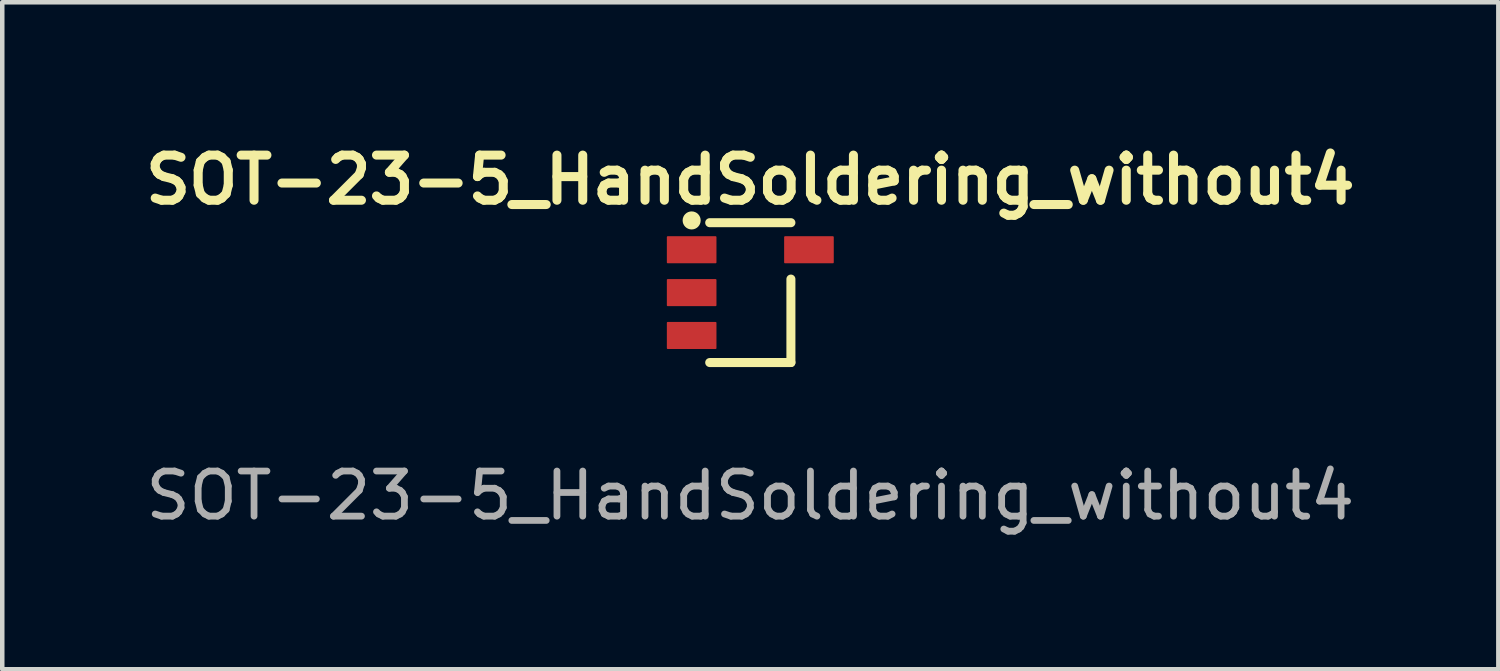
<source format=kicad_pcb>
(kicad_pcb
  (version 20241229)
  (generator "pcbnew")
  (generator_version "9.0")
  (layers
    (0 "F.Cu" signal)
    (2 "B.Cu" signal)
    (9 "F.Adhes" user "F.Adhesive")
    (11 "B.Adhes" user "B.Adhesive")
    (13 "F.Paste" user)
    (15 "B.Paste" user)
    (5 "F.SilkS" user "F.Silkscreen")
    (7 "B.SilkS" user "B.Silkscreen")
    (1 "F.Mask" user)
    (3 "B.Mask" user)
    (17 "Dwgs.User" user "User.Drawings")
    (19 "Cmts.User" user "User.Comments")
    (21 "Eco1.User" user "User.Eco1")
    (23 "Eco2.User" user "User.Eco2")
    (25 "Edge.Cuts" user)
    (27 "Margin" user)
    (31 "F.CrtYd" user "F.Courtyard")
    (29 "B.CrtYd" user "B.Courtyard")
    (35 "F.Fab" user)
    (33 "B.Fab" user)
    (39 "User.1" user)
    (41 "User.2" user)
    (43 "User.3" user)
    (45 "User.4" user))
  (footprint "SOT-23-5_HandSoldering_without4"
    (layer "F.Cu")
    (at 13.581 3.436)
    (property "Reference" "SOT-23-5_HandSoldering_without4" (at 0 -2.5 0) (unlocked yes) (layer "F.SilkS") (effects (font (size 1 1) (thickness 0.2) (bold yes))))
    (attr smd)
    (fp_line (start -0.9 -1.55) (end 0.9 -1.55) (stroke (width 0.2) (type default)) (layer "F.SilkS"))
    (fp_line (start -0.9 1.55) (end 0.9 1.55) (stroke (width 0.2) (type default)) (layer "F.SilkS"))
    (fp_line (start 0.9 -0.3) (end 0.9 1.55) (stroke (width 0.2) (type default)) (layer "F.SilkS"))
    (fp_circle (center -1.3 -1.6) (end -1.3 -1.5) (stroke (width 0.2) (type default)) (fill no) (layer "F.SilkS"))
    (fp_text user "${REFERENCE}" (at 0 4.5 0) (unlocked yes) (layer "F.Fab") (effects (font (size 1 1) (thickness 0.15))))
    (pad "1" smd roundrect (at -1.3 -0.95) (size 1.1 0.6) (layers "F.Cu" "F.Mask" "F.Paste") (roundrect_rratio 0.033))
    (pad "2" smd roundrect (at -1.3 0) (size 1.1 0.6) (layers "F.Cu" "F.Mask" "F.Paste") (roundrect_rratio 0.033))
    (pad "3" smd roundrect (at -1.3 0.95) (size 1.1 0.6) (layers "F.Cu" "F.Mask" "F.Paste") (roundrect_rratio 0.033))
    (pad "5" smd roundrect (at 1.3 -0.95) (size 1.1 0.6) (layers "F.Cu" "F.Mask" "F.Paste") (roundrect_rratio 0.033)))
  (gr_rect
    (start -3 -3)
    (end 30.162 11.784)
    (stroke (width 0.1) (type default))
    (fill no)
    (layer "Edge.Cuts")))
</source>
